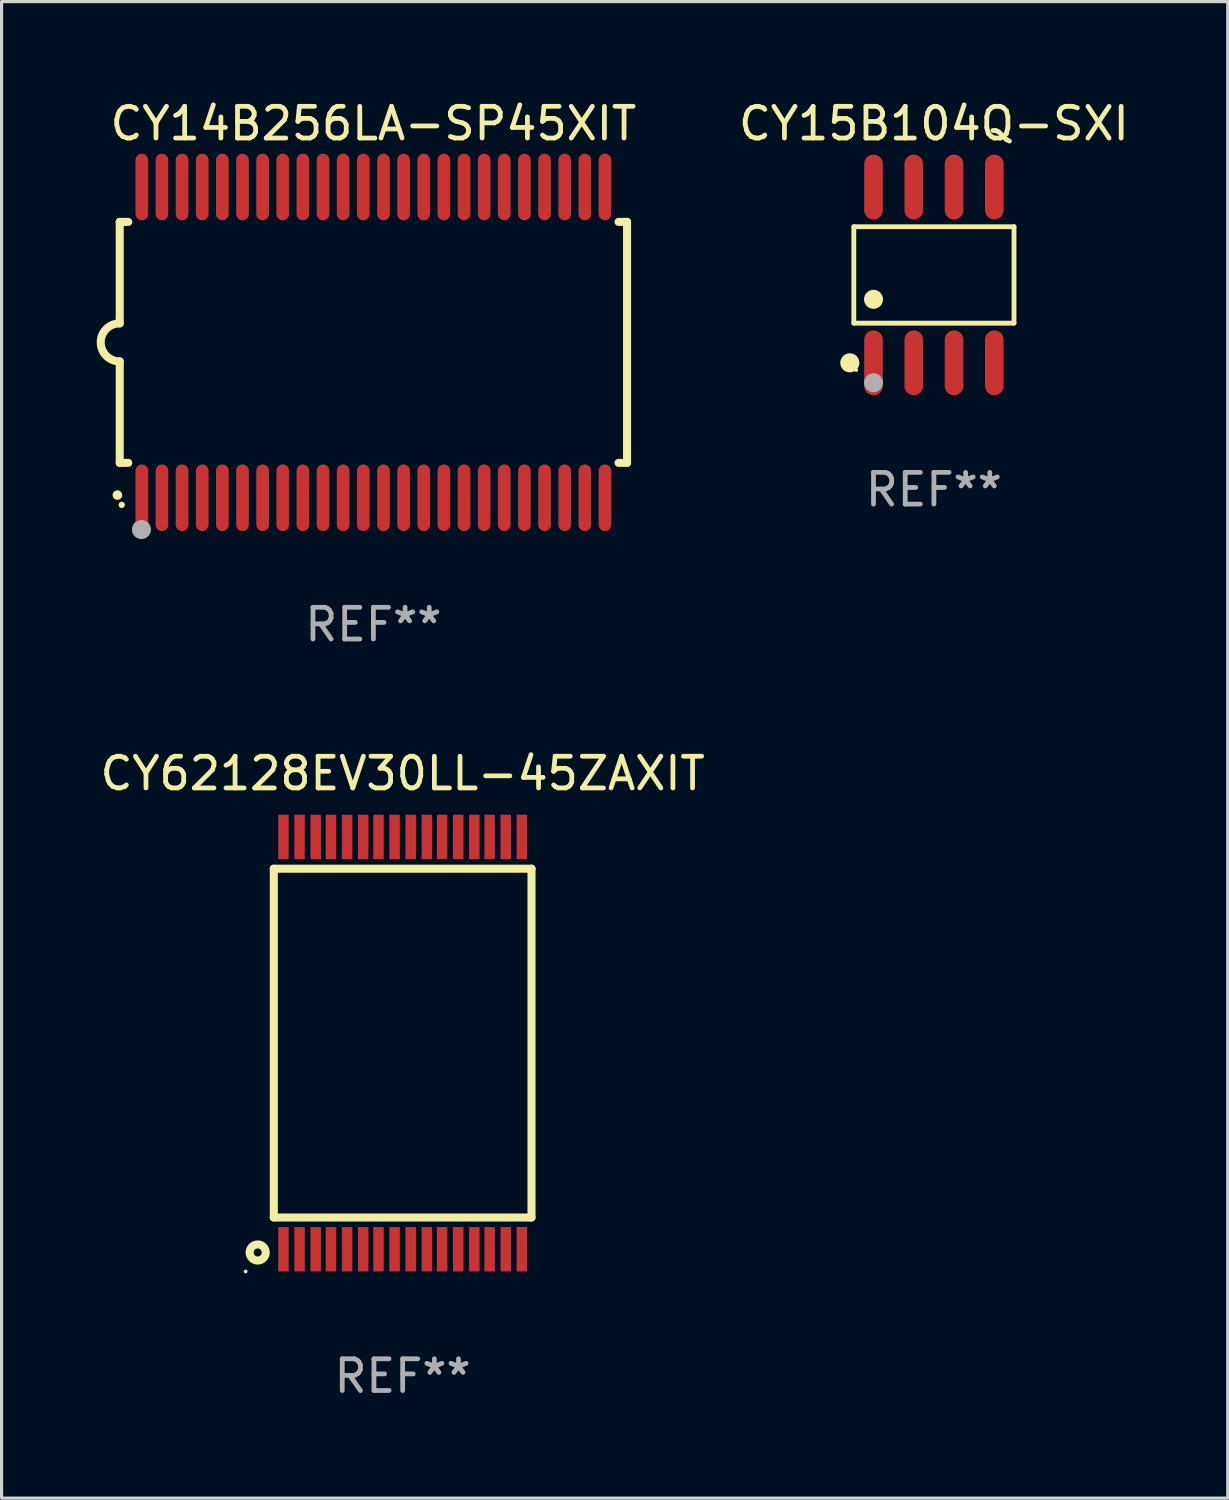
<source format=kicad_pcb>
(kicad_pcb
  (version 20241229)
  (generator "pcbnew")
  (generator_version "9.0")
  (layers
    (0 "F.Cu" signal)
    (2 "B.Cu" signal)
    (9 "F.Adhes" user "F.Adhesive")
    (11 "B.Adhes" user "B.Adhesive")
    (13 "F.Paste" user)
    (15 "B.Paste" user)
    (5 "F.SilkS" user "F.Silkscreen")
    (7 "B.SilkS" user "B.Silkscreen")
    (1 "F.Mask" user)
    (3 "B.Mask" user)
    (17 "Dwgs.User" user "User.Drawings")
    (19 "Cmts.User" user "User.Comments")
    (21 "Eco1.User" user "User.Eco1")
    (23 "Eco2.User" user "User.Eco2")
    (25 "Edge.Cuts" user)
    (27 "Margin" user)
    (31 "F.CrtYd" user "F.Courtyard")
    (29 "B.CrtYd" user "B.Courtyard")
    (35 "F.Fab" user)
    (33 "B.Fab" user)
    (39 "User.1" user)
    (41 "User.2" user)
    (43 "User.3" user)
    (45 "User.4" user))
  (footprint "CY14B256LA-SP45XIT"
    (layer "F.Cu")
    (at 8.726 7.748)
    (property "Reference" "CY14B256LA-SP45XIT" (at 0 -6.9 0) (layer "F.SilkS") (effects (font (size 1 1) (thickness 0.15))))
    (attr through_hole)
    (fp_line (start -8 -3.8) (end -8 -0.599) (stroke (width 0.254) (type solid)) (layer "F.SilkS"))
    (fp_line (start -8 -3.8) (end -7.731 -3.8) (stroke (width 0.254) (type solid)) (layer "F.SilkS"))
    (fp_line (start -8 3.8) (end -8 0.599) (stroke (width 0.254) (type solid)) (layer "F.SilkS"))
    (fp_line (start -7.731 3.8) (end -8 3.8) (stroke (width 0.254) (type solid)) (layer "F.SilkS"))
    (fp_line (start 7.731 -3.8) (end 8 -3.8) (stroke (width 0.254) (type solid)) (layer "F.SilkS"))
    (fp_line (start 8 -3.8) (end 8 3.8) (stroke (width 0.254) (type solid)) (layer "F.SilkS"))
    (fp_line (start 8 3.8) (end 7.731 3.8) (stroke (width 0.254) (type solid)) (layer "F.SilkS"))
    (fp_arc (start -8.074676 4.81585) (mid -8.073406 4.815845) (end -8.072136 4.81585) (stroke (width 0.3) (type solid)) (layer "F.SilkS"))
    (fp_arc (start -8.000025 0.6) (mid -8.598908 0.00056) (end -8.000027 -0.598882) (stroke (width 0.254001) (type solid)) (layer "F.SilkS"))
    (fp_circle (center -7.937 5.125) (end -7.887 5.125) (stroke (width 0.1) (type solid)) (fill no) (layer "F.SilkS"))
    (fp_circle (center -7.315 5.903) (end -7.165 5.903) (stroke (width 0.3) (type solid)) (fill no) (layer "F.Fab"))
    (fp_text user "REF**" (at 0 8.9 0) (layer "F.Fab") (effects (font (size 1 1) (thickness 0.15))))
    (pad "1" smd oval (at -7.303 4.9) (size 0.4 2.1) (layers "F.Cu" "F.Mask" "F.Paste"))
    (pad "2" smd oval (at -6.668 4.9) (size 0.4 2.1) (layers "F.Cu" "F.Mask" "F.Paste"))
    (pad "3" smd oval (at -6.033 4.9) (size 0.4 2.1) (layers "F.Cu" "F.Mask" "F.Paste"))
    (pad "4" smd oval (at -5.398 4.9) (size 0.4 2.1) (layers "F.Cu" "F.Mask" "F.Paste"))
    (pad "5" smd oval (at -4.763 4.9) (size 0.4 2.1) (layers "F.Cu" "F.Mask" "F.Paste"))
    (pad "6" smd oval (at -4.128 4.9) (size 0.4 2.1) (layers "F.Cu" "F.Mask" "F.Paste"))
    (pad "7" smd oval (at -3.493 4.9) (size 0.4 2.1) (layers "F.Cu" "F.Mask" "F.Paste"))
    (pad "8" smd oval (at -2.858 4.9) (size 0.4 2.1) (layers "F.Cu" "F.Mask" "F.Paste"))
    (pad "9" smd oval (at -2.223 4.9) (size 0.4 2.1) (layers "F.Cu" "F.Mask" "F.Paste"))
    (pad "10" smd oval (at -1.588 4.9) (size 0.4 2.1) (layers "F.Cu" "F.Mask" "F.Paste"))
    (pad "11" smd oval (at -0.953 4.9) (size 0.4 2.1) (layers "F.Cu" "F.Mask" "F.Paste"))
    (pad "12" smd oval (at -0.318 4.9) (size 0.4 2.1) (layers "F.Cu" "F.Mask" "F.Paste"))
    (pad "13" smd oval (at 0.318 4.9) (size 0.4 2.1) (layers "F.Cu" "F.Mask" "F.Paste"))
    (pad "14" smd oval (at 0.953 4.9) (size 0.4 2.1) (layers "F.Cu" "F.Mask" "F.Paste"))
    (pad "15" smd oval (at 1.588 4.9) (size 0.4 2.1) (layers "F.Cu" "F.Mask" "F.Paste"))
    (pad "16" smd oval (at 2.223 4.9) (size 0.4 2.1) (layers "F.Cu" "F.Mask" "F.Paste"))
    (pad "17" smd oval (at 2.858 4.9) (size 0.4 2.1) (layers "F.Cu" "F.Mask" "F.Paste"))
    (pad "18" smd oval (at 3.493 4.9) (size 0.4 2.1) (layers "F.Cu" "F.Mask" "F.Paste"))
    (pad "19" smd oval (at 4.128 4.9) (size 0.4 2.1) (layers "F.Cu" "F.Mask" "F.Paste"))
    (pad "20" smd oval (at 4.763 4.9) (size 0.4 2.1) (layers "F.Cu" "F.Mask" "F.Paste"))
    (pad "21" smd oval (at 5.398 4.9) (size 0.4 2.1) (layers "F.Cu" "F.Mask" "F.Paste"))
    (pad "22" smd oval (at 6.033 4.9) (size 0.4 2.1) (layers "F.Cu" "F.Mask" "F.Paste"))
    (pad "23" smd oval (at 6.668 4.9) (size 0.4 2.1) (layers "F.Cu" "F.Mask" "F.Paste"))
    (pad "24" smd oval (at 7.303 4.9) (size 0.4 2.1) (layers "F.Cu" "F.Mask" "F.Paste"))
    (pad "25" smd oval (at 7.303 -4.9 180) (size 0.4 2.1) (layers "F.Cu" "F.Mask" "F.Paste"))
    (pad "26" smd oval (at 6.668 -4.9 180) (size 0.4 2.1) (layers "F.Cu" "F.Mask" "F.Paste"))
    (pad "27" smd oval (at 6.033 -4.9 180) (size 0.4 2.1) (layers "F.Cu" "F.Mask" "F.Paste"))
    (pad "28" smd oval (at 5.398 -4.9 180) (size 0.4 2.1) (layers "F.Cu" "F.Mask" "F.Paste"))
    (pad "29" smd oval (at 4.763 -4.9 180) (size 0.4 2.1) (layers "F.Cu" "F.Mask" "F.Paste"))
    (pad "30" smd oval (at 4.128 -4.9 180) (size 0.4 2.1) (layers "F.Cu" "F.Mask" "F.Paste"))
    (pad "31" smd oval (at 3.493 -4.9 180) (size 0.4 2.1) (layers "F.Cu" "F.Mask" "F.Paste"))
    (pad "32" smd oval (at 2.858 -4.9 180) (size 0.4 2.1) (layers "F.Cu" "F.Mask" "F.Paste"))
    (pad "33" smd oval (at 2.223 -4.9 180) (size 0.4 2.1) (layers "F.Cu" "F.Mask" "F.Paste"))
    (pad "34" smd oval (at 1.588 -4.9 180) (size 0.4 2.1) (layers "F.Cu" "F.Mask" "F.Paste"))
    (pad "35" smd oval (at 0.953 -4.9 180) (size 0.4 2.1) (layers "F.Cu" "F.Mask" "F.Paste"))
    (pad "36" smd oval (at 0.318 -4.9 180) (size 0.4 2.1) (layers "F.Cu" "F.Mask" "F.Paste"))
    (pad "37" smd oval (at -0.318 -4.9 180) (size 0.4 2.1) (layers "F.Cu" "F.Mask" "F.Paste"))
    (pad "38" smd oval (at -0.953 -4.9 180) (size 0.4 2.1) (layers "F.Cu" "F.Mask" "F.Paste"))
    (pad "39" smd oval (at -1.588 -4.9 180) (size 0.4 2.1) (layers "F.Cu" "F.Mask" "F.Paste"))
    (pad "40" smd oval (at -2.223 -4.9 180) (size 0.4 2.1) (layers "F.Cu" "F.Mask" "F.Paste"))
    (pad "41" smd oval (at -2.858 -4.9 180) (size 0.4 2.1) (layers "F.Cu" "F.Mask" "F.Paste"))
    (pad "42" smd oval (at -3.493 -4.9 180) (size 0.4 2.1) (layers "F.Cu" "F.Mask" "F.Paste"))
    (pad "43" smd oval (at -4.128 -4.9 180) (size 0.4 2.1) (layers "F.Cu" "F.Mask" "F.Paste"))
    (pad "44" smd oval (at -4.763 -4.9 180) (size 0.4 2.1) (layers "F.Cu" "F.Mask" "F.Paste"))
    (pad "45" smd oval (at -5.398 -4.9 180) (size 0.4 2.1) (layers "F.Cu" "F.Mask" "F.Paste"))
    (pad "46" smd oval (at -6.033 -4.9 180) (size 0.4 2.1) (layers "F.Cu" "F.Mask" "F.Paste"))
    (pad "47" smd oval (at -6.668 -4.9 180) (size 0.4 2.1) (layers "F.Cu" "F.Mask" "F.Paste"))
    (pad "48" smd oval (at -7.303 -4.9 180) (size 0.4 2.1) (layers "F.Cu" "F.Mask" "F.Paste")))
  (footprint "CY15B104Q-SXI"
    (layer "F.Cu")
    (at 26.404 5.621)
    (property "Reference" "CY15B104Q-SXI" (at 0 -4.772 0) (layer "F.SilkS") (effects (font (size 1 1) (thickness 0.15))))
    (attr through_hole)
    (fp_line (start -2.526 -1.521) (end 2.526 -1.521) (stroke (width 0.152) (type solid)) (layer "F.SilkS"))
    (fp_line (start -2.526 1.521) (end -2.526 -1.521) (stroke (width 0.152) (type solid)) (layer "F.SilkS"))
    (fp_line (start 2.526 -1.521) (end 2.526 1.521) (stroke (width 0.152) (type solid)) (layer "F.SilkS"))
    (fp_line (start 2.526 1.521) (end -2.526 1.521) (stroke (width 0.152) (type solid)) (layer "F.SilkS"))
    (fp_circle (center -2.652 2.772) (end -2.501 2.772) (stroke (width 0.3) (type solid)) (fill no) (layer "F.SilkS"))
    (fp_circle (center -2.45 3) (end -2.42 3) (stroke (width 0.06) (type solid)) (fill no) (layer "F.SilkS"))
    (fp_circle (center -1.905 0.769) (end -1.755 0.769) (stroke (width 0.3) (type solid)) (fill no) (layer "F.SilkS"))
    (fp_circle (center -1.905 3.4) (end -1.755 3.4) (stroke (width 0.3) (type solid)) (fill no) (layer "F.Fab"))
    (fp_text user "REF**" (at 0 6.772 0) (layer "F.Fab") (effects (font (size 1 1) (thickness 0.15))))
    (pad "1" smd oval (at -1.905 2.772) (size 0.588 2.045) (layers "F.Cu" "F.Mask" "F.Paste"))
    (pad "2" smd oval (at -0.635 2.772) (size 0.588 2.045) (layers "F.Cu" "F.Mask" "F.Paste"))
    (pad "3" smd oval (at 0.635 2.772) (size 0.588 2.045) (layers "F.Cu" "F.Mask" "F.Paste"))
    (pad "4" smd oval (at 1.905 2.772) (size 0.588 2.045) (layers "F.Cu" "F.Mask" "F.Paste"))
    (pad "5" smd oval (at 1.905 -2.772) (size 0.588 2.045) (layers "F.Cu" "F.Mask" "F.Paste"))
    (pad "6" smd oval (at 0.635 -2.772) (size 0.588 2.045) (layers "F.Cu" "F.Mask" "F.Paste"))
    (pad "7" smd oval (at -0.635 -2.772) (size 0.588 2.045) (layers "F.Cu" "F.Mask" "F.Paste"))
    (pad "8" smd oval (at -1.905 -2.772) (size 0.588 2.045) (layers "F.Cu" "F.Mask" "F.Paste")))
  (footprint "CY62128EV30LL-45ZAXIT"
    (layer "F.Cu")
    (at 9.649 29.847)
    (property "Reference" "CY62128EV30LL-45ZAXIT" (at 0 -8.502 0) (layer "F.SilkS") (effects (font (size 1 1) (thickness 0.15))))
    (attr through_hole)
    (fp_line (start -4.064 -5.5) (end 4.064 -5.5) (stroke (width 0.254) (type solid)) (layer "F.SilkS"))
    (fp_line (start -4.064 5.5) (end -4.064 -5.5) (stroke (width 0.254) (type solid)) (layer "F.SilkS"))
    (fp_line (start -4.064 5.5) (end 4.064 5.5) (stroke (width 0.254) (type solid)) (layer "F.SilkS"))
    (fp_line (start 4.064 -5.5) (end 4.064 5.5) (stroke (width 0.254) (type solid)) (layer "F.SilkS"))
    (fp_circle (center -4.953 7.202) (end -4.923 7.202) (stroke (width 0.06) (type solid)) (fill no) (layer "F.SilkS"))
    (fp_circle (center -4.572 6.604) (end -4.318 6.604) (stroke (width 0.254) (type solid)) (fill no) (layer "F.SilkS"))
    (fp_text user "REF**" (at 0 10.502 0) (layer "F.Fab") (effects (font (size 1 1) (thickness 0.15))))
    (pad "1" smd rect (at -3.759 6.502 180) (size 0.33 1.4) (layers "F.Cu" "F.Mask" "F.Paste"))
    (pad "2" smd rect (at -3.251 6.502 180) (size 0.33 1.4) (layers "F.Cu" "F.Mask" "F.Paste"))
    (pad "3" smd rect (at -2.743 6.502 180) (size 0.33 1.4) (layers "F.Cu" "F.Mask" "F.Paste"))
    (pad "4" smd rect (at -2.261 6.502 180) (size 0.33 1.4) (layers "F.Cu" "F.Mask" "F.Paste"))
    (pad "5" smd rect (at -1.753 6.502 180) (size 0.33 1.4) (layers "F.Cu" "F.Mask" "F.Paste"))
    (pad "6" smd rect (at -1.245 6.502 180) (size 0.33 1.4) (layers "F.Cu" "F.Mask" "F.Paste"))
    (pad "7" smd rect (at -0.762 6.502 180) (size 0.33 1.4) (layers "F.Cu" "F.Mask" "F.Paste"))
    (pad "8" smd rect (at -0.254 6.502 180) (size 0.33 1.4) (layers "F.Cu" "F.Mask" "F.Paste"))
    (pad "9" smd rect (at 0.254 6.502 180) (size 0.33 1.4) (layers "F.Cu" "F.Mask" "F.Paste"))
    (pad "10" smd rect (at 0.762 6.502 180) (size 0.33 1.4) (layers "F.Cu" "F.Mask" "F.Paste"))
    (pad "11" smd rect (at 1.245 6.502 180) (size 0.33 1.4) (layers "F.Cu" "F.Mask" "F.Paste"))
    (pad "12" smd rect (at 1.753 6.502 180) (size 0.33 1.4) (layers "F.Cu" "F.Mask" "F.Paste"))
    (pad "13" smd rect (at 2.261 6.502 180) (size 0.33 1.4) (layers "F.Cu" "F.Mask" "F.Paste"))
    (pad "14" smd rect (at 2.743 6.502 180) (size 0.33 1.4) (layers "F.Cu" "F.Mask" "F.Paste"))
    (pad "15" smd rect (at 3.251 6.502 180) (size 0.33 1.4) (layers "F.Cu" "F.Mask" "F.Paste"))
    (pad "16" smd rect (at 3.759 6.502 180) (size 0.33 1.4) (layers "F.Cu" "F.Mask" "F.Paste"))
    (pad "17" smd rect (at 3.759 -6.502) (size 0.33 1.4) (layers "F.Cu" "F.Mask" "F.Paste"))
    (pad "18" smd rect (at 3.251 -6.502) (size 0.33 1.4) (layers "F.Cu" "F.Mask" "F.Paste"))
    (pad "19" smd rect (at 2.743 -6.502) (size 0.33 1.4) (layers "F.Cu" "F.Mask" "F.Paste"))
    (pad "20" smd rect (at 2.261 -6.502) (size 0.33 1.4) (layers "F.Cu" "F.Mask" "F.Paste"))
    (pad "21" smd rect (at 1.753 -6.502) (size 0.33 1.4) (layers "F.Cu" "F.Mask" "F.Paste"))
    (pad "22" smd rect (at 1.245 -6.502) (size 0.33 1.4) (layers "F.Cu" "F.Mask" "F.Paste"))
    (pad "23" smd rect (at 0.762 -6.502) (size 0.33 1.4) (layers "F.Cu" "F.Mask" "F.Paste"))
    (pad "24" smd rect (at 0.254 -6.502) (size 0.33 1.4) (layers "F.Cu" "F.Mask" "F.Paste"))
    (pad "25" smd rect (at -0.254 -6.502) (size 0.33 1.4) (layers "F.Cu" "F.Mask" "F.Paste"))
    (pad "26" smd rect (at -0.762 -6.502) (size 0.33 1.4) (layers "F.Cu" "F.Mask" "F.Paste"))
    (pad "27" smd rect (at -1.245 -6.502) (size 0.33 1.4) (layers "F.Cu" "F.Mask" "F.Paste"))
    (pad "28" smd rect (at -1.753 -6.502) (size 0.33 1.4) (layers "F.Cu" "F.Mask" "F.Paste"))
    (pad "29" smd rect (at -2.261 -6.502) (size 0.33 1.4) (layers "F.Cu" "F.Mask" "F.Paste"))
    (pad "30" smd rect (at -2.743 -6.502) (size 0.33 1.4) (layers "F.Cu" "F.Mask" "F.Paste"))
    (pad "31" smd rect (at -3.251 -6.502) (size 0.33 1.4) (layers "F.Cu" "F.Mask" "F.Paste"))
    (pad "32" smd rect (at -3.759 -6.502) (size 0.33 1.4) (layers "F.Cu" "F.Mask" "F.Paste")))
  (gr_rect
    (start -3 -3)
    (end 35.672 44.198)
    (stroke (width 0.1) (type default))
    (fill no)
    (layer "Edge.Cuts")))
</source>
